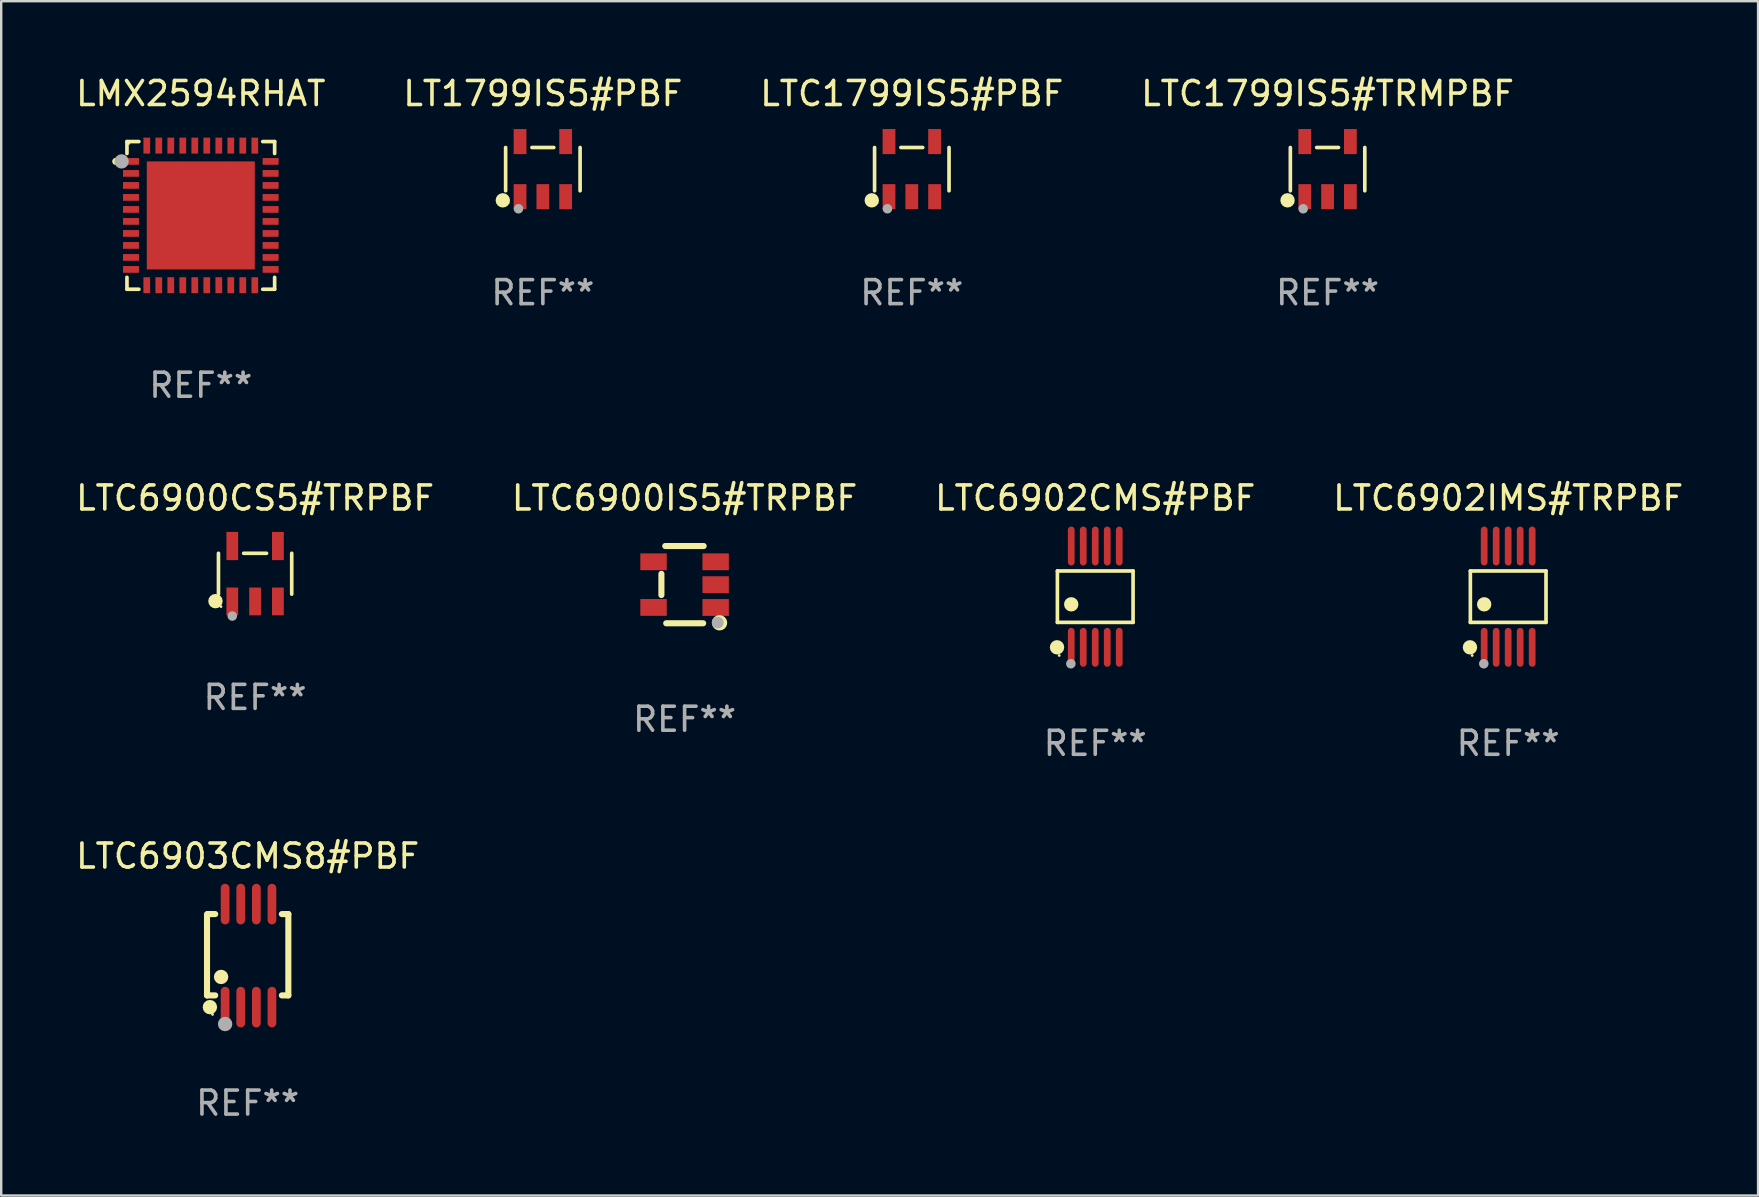
<source format=kicad_pcb>
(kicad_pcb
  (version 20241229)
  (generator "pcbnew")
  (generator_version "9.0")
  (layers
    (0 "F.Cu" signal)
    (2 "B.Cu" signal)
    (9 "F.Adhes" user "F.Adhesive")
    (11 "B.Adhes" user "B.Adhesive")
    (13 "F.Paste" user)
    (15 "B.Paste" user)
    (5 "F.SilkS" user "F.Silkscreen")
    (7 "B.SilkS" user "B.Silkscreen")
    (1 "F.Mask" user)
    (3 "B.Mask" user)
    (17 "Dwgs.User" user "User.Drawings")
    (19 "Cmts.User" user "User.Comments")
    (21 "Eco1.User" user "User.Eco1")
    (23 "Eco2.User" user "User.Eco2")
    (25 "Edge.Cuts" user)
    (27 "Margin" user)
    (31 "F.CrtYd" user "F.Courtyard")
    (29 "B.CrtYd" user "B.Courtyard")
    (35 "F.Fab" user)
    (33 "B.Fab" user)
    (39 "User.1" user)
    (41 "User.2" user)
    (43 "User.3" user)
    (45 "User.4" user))
  (footprint "LTC6902IMS#TRPBF"
    (layer "F.Cu")
    (at 59.78 21.807)
    (property "Reference" "LTC6902IMS#TRPBF" (at 0 -4.11 0) (layer "F.SilkS") (effects (font (size 1 1) (thickness 0.15))))
    (attr through_hole)
    (fp_line (start -1.576 -1.071) (end 1.576 -1.071) (stroke (width 0.152) (type solid)) (layer "F.SilkS"))
    (fp_line (start -1.576 1.071) (end -1.576 -1.071) (stroke (width 0.152) (type solid)) (layer "F.SilkS"))
    (fp_line (start 1.576 -1.071) (end 1.576 1.071) (stroke (width 0.152) (type solid)) (layer "F.SilkS"))
    (fp_line (start 1.576 1.071) (end -1.576 1.071) (stroke (width 0.152) (type solid)) (layer "F.SilkS"))
    (fp_circle (center -1.592 2.11) (end -1.442 2.11) (stroke (width 0.3) (type solid)) (fill no) (layer "F.SilkS"))
    (fp_circle (center -1.5 2.45) (end -1.47 2.45) (stroke (width 0.06) (type solid)) (fill no) (layer "F.SilkS"))
    (fp_circle (center -1 0.319) (end -0.85 0.319) (stroke (width 0.3) (type solid)) (fill no) (layer "F.SilkS"))
    (fp_circle (center -1.016 2.794) (end -0.916 2.794) (stroke (width 0.2) (type solid)) (fill no) (layer "F.Fab"))
    (fp_text user "REF**" (at 0 6.11 0) (layer "F.Fab") (effects (font (size 1 1) (thickness 0.15))))
    (pad "1" smd oval (at -1 2.11) (size 0.28 1.62) (layers "F.Cu" "F.Mask" "F.Paste"))
    (pad "2" smd oval (at -0.5 2.11) (size 0.28 1.62) (layers "F.Cu" "F.Mask" "F.Paste"))
    (pad "3" smd oval (at 0 2.11) (size 0.28 1.62) (layers "F.Cu" "F.Mask" "F.Paste"))
    (pad "4" smd oval (at 0.5 2.11) (size 0.28 1.62) (layers "F.Cu" "F.Mask" "F.Paste"))
    (pad "5" smd oval (at 1 2.11) (size 0.28 1.62) (layers "F.Cu" "F.Mask" "F.Paste"))
    (pad "6" smd oval (at 1 -2.11) (size 0.28 1.62) (layers "F.Cu" "F.Mask" "F.Paste"))
    (pad "7" smd oval (at 0.5 -2.11) (size 0.28 1.62) (layers "F.Cu" "F.Mask" "F.Paste"))
    (pad "8" smd oval (at 0 -2.11) (size 0.28 1.62) (layers "F.Cu" "F.Mask" "F.Paste"))
    (pad "9" smd oval (at -0.5 -2.11) (size 0.28 1.62) (layers "F.Cu" "F.Mask" "F.Paste"))
    (pad "10" smd oval (at -1 -2.11) (size 0.28 1.62) (layers "F.Cu" "F.Mask" "F.Paste")))
  (footprint "LTC6902CMS#PBF"
    (layer "F.Cu")
    (at 42.577 21.807)
    (property "Reference" "LTC6902CMS#PBF" (at 0 -4.11 0) (layer "F.SilkS") (effects (font (size 1 1) (thickness 0.15))))
    (attr through_hole)
    (fp_line (start -1.576 -1.071) (end 1.576 -1.071) (stroke (width 0.152) (type solid)) (layer "F.SilkS"))
    (fp_line (start -1.576 1.071) (end -1.576 -1.071) (stroke (width 0.152) (type solid)) (layer "F.SilkS"))
    (fp_line (start 1.576 -1.071) (end 1.576 1.071) (stroke (width 0.152) (type solid)) (layer "F.SilkS"))
    (fp_line (start 1.576 1.071) (end -1.576 1.071) (stroke (width 0.152) (type solid)) (layer "F.SilkS"))
    (fp_circle (center -1.592 2.11) (end -1.442 2.11) (stroke (width 0.3) (type solid)) (fill no) (layer "F.SilkS"))
    (fp_circle (center -1.5 2.45) (end -1.47 2.45) (stroke (width 0.06) (type solid)) (fill no) (layer "F.SilkS"))
    (fp_circle (center -1 0.319) (end -0.85 0.319) (stroke (width 0.3) (type solid)) (fill no) (layer "F.SilkS"))
    (fp_circle (center -1.016 2.794) (end -0.916 2.794) (stroke (width 0.2) (type solid)) (fill no) (layer "F.Fab"))
    (fp_text user "REF**" (at 0 6.11 0) (layer "F.Fab") (effects (font (size 1 1) (thickness 0.15))))
    (pad "1" smd oval (at -1 2.11) (size 0.28 1.62) (layers "F.Cu" "F.Mask" "F.Paste"))
    (pad "2" smd oval (at -0.5 2.11) (size 0.28 1.62) (layers "F.Cu" "F.Mask" "F.Paste"))
    (pad "3" smd oval (at 0 2.11) (size 0.28 1.62) (layers "F.Cu" "F.Mask" "F.Paste"))
    (pad "4" smd oval (at 0.5 2.11) (size 0.28 1.62) (layers "F.Cu" "F.Mask" "F.Paste"))
    (pad "5" smd oval (at 1 2.11) (size 0.28 1.62) (layers "F.Cu" "F.Mask" "F.Paste"))
    (pad "6" smd oval (at 1 -2.11) (size 0.28 1.62) (layers "F.Cu" "F.Mask" "F.Paste"))
    (pad "7" smd oval (at 0.5 -2.11) (size 0.28 1.62) (layers "F.Cu" "F.Mask" "F.Paste"))
    (pad "8" smd oval (at 0 -2.11) (size 0.28 1.62) (layers "F.Cu" "F.Mask" "F.Paste"))
    (pad "9" smd oval (at -0.5 -2.11) (size 0.28 1.62) (layers "F.Cu" "F.Mask" "F.Paste"))
    (pad "10" smd oval (at -1 -2.11) (size 0.28 1.62) (layers "F.Cu" "F.Mask" "F.Paste")))
  (footprint "LMX2594RHAT"
    (layer "F.Cu")
    (at 5.315 5.924)
    (property "Reference" "LMX2594RHAT" (at 0 -5.076 0) (layer "F.SilkS") (effects (font (size 1 1) (thickness 0.15))))
    (attr through_hole)
    (fp_line (start -3.076 -3.076) (end -3.076 -2.58) (stroke (width 0.152) (type solid)) (layer "F.SilkS"))
    (fp_line (start -3.076 3.076) (end -3.076 2.58) (stroke (width 0.152) (type solid)) (layer "F.SilkS"))
    (fp_line (start -2.58 -3.076) (end -3.076 -3.076) (stroke (width 0.152) (type solid)) (layer "F.SilkS"))
    (fp_line (start -2.58 3.076) (end -3.076 3.076) (stroke (width 0.152) (type solid)) (layer "F.SilkS"))
    (fp_line (start 2.58 -3.076) (end 3.076 -3.076) (stroke (width 0.152) (type solid)) (layer "F.SilkS"))
    (fp_line (start 2.58 3.076) (end 3.076 3.076) (stroke (width 0.152) (type solid)) (layer "F.SilkS"))
    (fp_line (start 3.076 -3.076) (end 3.076 -2.58) (stroke (width 0.152) (type solid)) (layer "F.SilkS"))
    (fp_line (start 3.076 3.076) (end 3.076 2.58) (stroke (width 0.152) (type solid)) (layer "F.SilkS"))
    (fp_circle (center -3.54 -2.25) (end -3.465 -2.25) (stroke (width 0.15) (type solid)) (fill no) (layer "F.SilkS"))
    (fp_circle (center -3 -3) (end -2.97 -3) (stroke (width 0.06) (type solid)) (fill no) (layer "F.SilkS"))
    (fp_circle (center -3.3 -2.25) (end -3.15 -2.25) (stroke (width 0.3) (type solid)) (fill no) (layer "F.Fab"))
    (fp_text user "REF**" (at 0 7.076 0) (layer "F.Fab") (effects (font (size 1 1) (thickness 0.15))))
    (pad "1" smd rect (at -2.908 -2.25) (size 0.665 0.28) (layers "F.Cu" "F.Mask" "F.Paste"))
    (pad "2" smd rect (at -2.908 -1.75) (size 0.665 0.28) (layers "F.Cu" "F.Mask" "F.Paste"))
    (pad "3" smd rect (at -2.908 -1.25) (size 0.665 0.28) (layers "F.Cu" "F.Mask" "F.Paste"))
    (pad "4" smd rect (at -2.908 -0.75) (size 0.665 0.28) (layers "F.Cu" "F.Mask" "F.Paste"))
    (pad "5" smd rect (at -2.908 -0.25) (size 0.665 0.28) (layers "F.Cu" "F.Mask" "F.Paste"))
    (pad "6" smd rect (at -2.908 0.25) (size 0.665 0.28) (layers "F.Cu" "F.Mask" "F.Paste"))
    (pad "7" smd rect (at -2.908 0.75) (size 0.665 0.28) (layers "F.Cu" "F.Mask" "F.Paste"))
    (pad "8" smd rect (at -2.908 1.25) (size 0.665 0.28) (layers "F.Cu" "F.Mask" "F.Paste"))
    (pad "9" smd rect (at -2.908 1.75) (size 0.665 0.28) (layers "F.Cu" "F.Mask" "F.Paste"))
    (pad "10" smd rect (at -2.908 2.25) (size 0.665 0.28) (layers "F.Cu" "F.Mask" "F.Paste"))
    (pad "11" smd rect (at -2.25 2.908) (size 0.28 0.665) (layers "F.Cu" "F.Mask" "F.Paste"))
    (pad "12" smd rect (at -1.75 2.908) (size 0.28 0.665) (layers "F.Cu" "F.Mask" "F.Paste"))
    (pad "13" smd rect (at -1.25 2.908) (size 0.28 0.665) (layers "F.Cu" "F.Mask" "F.Paste"))
    (pad "14" smd rect (at -0.75 2.908) (size 0.28 0.665) (layers "F.Cu" "F.Mask" "F.Paste"))
    (pad "15" smd rect (at -0.25 2.908) (size 0.28 0.665) (layers "F.Cu" "F.Mask" "F.Paste"))
    (pad "16" smd rect (at 0.25 2.908) (size 0.28 0.665) (layers "F.Cu" "F.Mask" "F.Paste"))
    (pad "17" smd rect (at 0.75 2.908) (size 0.28 0.665) (layers "F.Cu" "F.Mask" "F.Paste"))
    (pad "18" smd rect (at 1.25 2.908) (size 0.28 0.665) (layers "F.Cu" "F.Mask" "F.Paste"))
    (pad "19" smd rect (at 1.75 2.908) (size 0.28 0.665) (layers "F.Cu" "F.Mask" "F.Paste"))
    (pad "20" smd rect (at 2.25 2.908) (size 0.28 0.665) (layers "F.Cu" "F.Mask" "F.Paste"))
    (pad "21" smd rect (at 2.908 2.25) (size 0.665 0.28) (layers "F.Cu" "F.Mask" "F.Paste"))
    (pad "22" smd rect (at 2.908 1.75) (size 0.665 0.28) (layers "F.Cu" "F.Mask" "F.Paste"))
    (pad "23" smd rect (at 2.908 1.25) (size 0.665 0.28) (layers "F.Cu" "F.Mask" "F.Paste"))
    (pad "24" smd rect (at 2.908 0.75) (size 0.665 0.28) (layers "F.Cu" "F.Mask" "F.Paste"))
    (pad "25" smd rect (at 2.908 0.25) (size 0.665 0.28) (layers "F.Cu" "F.Mask" "F.Paste"))
    (pad "26" smd rect (at 2.908 -0.25) (size 0.665 0.28) (layers "F.Cu" "F.Mask" "F.Paste"))
    (pad "27" smd rect (at 2.908 -0.75) (size 0.665 0.28) (layers "F.Cu" "F.Mask" "F.Paste"))
    (pad "28" smd rect (at 2.908 -1.25) (size 0.665 0.28) (layers "F.Cu" "F.Mask" "F.Paste"))
    (pad "29" smd rect (at 2.908 -1.75) (size 0.665 0.28) (layers "F.Cu" "F.Mask" "F.Paste"))
    (pad "30" smd rect (at 2.908 -2.25) (size 0.665 0.28) (layers "F.Cu" "F.Mask" "F.Paste"))
    (pad "31" smd rect (at 2.25 -2.908) (size 0.28 0.665) (layers "F.Cu" "F.Mask" "F.Paste"))
    (pad "32" smd rect (at 1.75 -2.908) (size 0.28 0.665) (layers "F.Cu" "F.Mask" "F.Paste"))
    (pad "33" smd rect (at 1.25 -2.908) (size 0.28 0.665) (layers "F.Cu" "F.Mask" "F.Paste"))
    (pad "34" smd rect (at 0.75 -2.908) (size 0.28 0.665) (layers "F.Cu" "F.Mask" "F.Paste"))
    (pad "35" smd rect (at 0.25 -2.908) (size 0.28 0.665) (layers "F.Cu" "F.Mask" "F.Paste"))
    (pad "36" smd rect (at -0.25 -2.908) (size 0.28 0.665) (layers "F.Cu" "F.Mask" "F.Paste"))
    (pad "37" smd rect (at -0.75 -2.908) (size 0.28 0.665) (layers "F.Cu" "F.Mask" "F.Paste"))
    (pad "38" smd rect (at -1.25 -2.908) (size 0.28 0.665) (layers "F.Cu" "F.Mask" "F.Paste"))
    (pad "39" smd rect (at -1.75 -2.908) (size 0.28 0.665) (layers "F.Cu" "F.Mask" "F.Paste"))
    (pad "40" smd rect (at -2.25 -2.908) (size 0.28 0.665) (layers "F.Cu" "F.Mask" "F.Paste"))
    (pad "41" smd rect (at 0 0) (size 4.5 4.5) (layers "F.Cu" "F.Mask" "F.Paste")))
  (footprint "LTC1799IS5#PBF"
    (layer "F.Cu")
    (at 34.935 3.996)
    (property "Reference" "LTC1799IS5#PBF" (at 0 -3.148 0) (layer "F.SilkS") (effects (font (size 1 1) (thickness 0.15))))
    (attr through_hole)
    (fp_line (start -1.551 0.901) (end -1.551 -0.901) (stroke (width 0.152) (type solid)) (layer "F.SilkS"))
    (fp_line (start 0.455 -0.901) (end -0.455 -0.901) (stroke (width 0.152) (type solid)) (layer "F.SilkS"))
    (fp_line (start 1.551 0.901) (end 1.551 -0.901) (stroke (width 0.152) (type solid)) (layer "F.SilkS"))
    (fp_circle (center -1.668 1.3) (end -1.518 1.3) (stroke (width 0.3) (type solid)) (fill no) (layer "F.SilkS"))
    (fp_circle (center -1.45 1.4) (end -1.42 1.4) (stroke (width 0.06) (type solid)) (fill no) (layer "F.SilkS"))
    (fp_circle (center -1.016 1.651) (end -0.916 1.651) (stroke (width 0.2) (type solid)) (fill no) (layer "F.Fab"))
    (fp_text user "REF**" (at 0 5.148 0) (layer "F.Fab") (effects (font (size 1 1) (thickness 0.15))))
    (pad "1" smd rect (at -0.95 1.148) (size 0.532 1.045) (layers "F.Cu" "F.Mask" "F.Paste"))
    (pad "2" smd rect (at 0 1.148) (size 0.532 1.045) (layers "F.Cu" "F.Mask" "F.Paste"))
    (pad "3" smd rect (at 0.95 1.148) (size 0.532 1.045) (layers "F.Cu" "F.Mask" "F.Paste"))
    (pad "4" smd rect (at 0.95 -1.148) (size 0.532 1.045) (layers "F.Cu" "F.Mask" "F.Paste"))
    (pad "5" smd rect (at -0.95 -1.148) (size 0.532 1.045) (layers "F.Cu" "F.Mask" "F.Paste")))
  (footprint "LTC1799IS5#TRMPBF"
    (layer "F.Cu")
    (at 52.256 3.996)
    (property "Reference" "LTC1799IS5#TRMPBF" (at 0 -3.148 0) (layer "F.SilkS") (effects (font (size 1 1) (thickness 0.15))))
    (attr through_hole)
    (fp_line (start -1.551 0.901) (end -1.551 -0.901) (stroke (width 0.152) (type solid)) (layer "F.SilkS"))
    (fp_line (start 0.455 -0.901) (end -0.455 -0.901) (stroke (width 0.152) (type solid)) (layer "F.SilkS"))
    (fp_line (start 1.551 0.901) (end 1.551 -0.901) (stroke (width 0.152) (type solid)) (layer "F.SilkS"))
    (fp_circle (center -1.668 1.3) (end -1.518 1.3) (stroke (width 0.3) (type solid)) (fill no) (layer "F.SilkS"))
    (fp_circle (center -1.45 1.4) (end -1.42 1.4) (stroke (width 0.06) (type solid)) (fill no) (layer "F.SilkS"))
    (fp_circle (center -1.016 1.651) (end -0.916 1.651) (stroke (width 0.2) (type solid)) (fill no) (layer "F.Fab"))
    (fp_text user "REF**" (at 0 5.148 0) (layer "F.Fab") (effects (font (size 1 1) (thickness 0.15))))
    (pad "1" smd rect (at -0.95 1.148) (size 0.532 1.045) (layers "F.Cu" "F.Mask" "F.Paste"))
    (pad "2" smd rect (at 0 1.148) (size 0.532 1.045) (layers "F.Cu" "F.Mask" "F.Paste"))
    (pad "3" smd rect (at 0.95 1.148) (size 0.532 1.045) (layers "F.Cu" "F.Mask" "F.Paste"))
    (pad "4" smd rect (at 0.95 -1.148) (size 0.532 1.045) (layers "F.Cu" "F.Mask" "F.Paste"))
    (pad "5" smd rect (at -0.95 -1.148) (size 0.532 1.045) (layers "F.Cu" "F.Mask" "F.Paste")))
  (footprint "LTC6903CMS8#PBF"
    (layer "F.Cu")
    (at 7.268 36.76)
    (property "Reference" "LTC6903CMS8#PBF" (at 0 -4.146 0) (layer "F.SilkS") (effects (font (size 1 1) (thickness 0.15))))
    (attr through_hole)
    (fp_line (start -1.694 -1.724) (end -1.694 1.652) (stroke (width 0.254) (type solid)) (layer "F.SilkS"))
    (fp_line (start -1.694 1.652) (end -1.688 1.658) (stroke (width 0.254) (type solid)) (layer "F.SilkS"))
    (fp_line (start -1.688 1.658) (end -1.353 1.658) (stroke (width 0.254) (type solid)) (layer "F.SilkS"))
    (fp_line (start -1.661 -1.73) (end -1.681 -1.71) (stroke (width 0.254) (type solid)) (layer "F.SilkS"))
    (fp_line (start -1.353 -1.73) (end -1.661 -1.73) (stroke (width 0.254) (type solid)) (layer "F.SilkS"))
    (fp_line (start 1.424 1.658) (end 1.694 1.658) (stroke (width 0.254) (type solid)) (layer "F.SilkS"))
    (fp_line (start 1.694 -1.73) (end 1.424 -1.73) (stroke (width 0.254) (type solid)) (layer "F.SilkS"))
    (fp_line (start 1.694 1.658) (end 1.694 -1.73) (stroke (width 0.254) (type solid)) (layer "F.SilkS"))
    (fp_circle (center -1.574 2.146) (end -1.424 2.146) (stroke (width 0.3) (type solid)) (fill no) (layer "F.SilkS"))
    (fp_circle (center -1.464 2.45) (end -1.434 2.45) (stroke (width 0.06) (type solid)) (fill no) (layer "F.SilkS"))
    (fp_circle (center -1.107 0.889) (end -0.957 0.889) (stroke (width 0.3) (type solid)) (fill no) (layer "F.SilkS"))
    (fp_circle (center -0.94 2.85) (end -0.789 2.85) (stroke (width 0.3) (type solid)) (fill no) (layer "F.Fab"))
    (fp_text user "REF**" (at 0 6.146 0) (layer "F.Fab") (effects (font (size 1 1) (thickness 0.15))))
    (pad "1" smd oval (at -0.94 2.146) (size 0.364 1.692) (layers "F.Cu" "F.Mask" "F.Paste"))
    (pad "2" smd oval (at -0.289 2.146) (size 0.364 1.692) (layers "F.Cu" "F.Mask" "F.Paste"))
    (pad "3" smd oval (at 0.361 2.146) (size 0.364 1.692) (layers "F.Cu" "F.Mask" "F.Paste"))
    (pad "4" smd oval (at 1.011 2.146) (size 0.364 1.692) (layers "F.Cu" "F.Mask" "F.Paste"))
    (pad "5" smd oval (at 1.011 -2.146) (size 0.364 1.692) (layers "F.Cu" "F.Mask" "F.Paste"))
    (pad "6" smd oval (at 0.361 -2.146) (size 0.364 1.692) (layers "F.Cu" "F.Mask" "F.Paste"))
    (pad "7" smd oval (at -0.289 -2.146) (size 0.364 1.692) (layers "F.Cu" "F.Mask" "F.Paste"))
    (pad "8" smd oval (at -0.94 -2.146) (size 0.364 1.692) (layers "F.Cu" "F.Mask" "F.Paste")))
  (footprint "LTC6900IS5#TRPBF"
    (layer "F.Cu")
    (at 25.47 21.306)
    (property "Reference" "LTC6900IS5#TRPBF" (at 0 -3.609 0) (layer "F.SilkS") (effects (font (size 1 1) (thickness 0.15))))
    (attr through_hole)
    (fp_line (start -0.966 0.433) (end -0.966 -0.451) (stroke (width 0.254) (type solid)) (layer "F.SilkS"))
    (fp_line (start -0.806 -1.609) (end 0.794 -1.609) (stroke (width 0.254) (type solid)) (layer "F.SilkS"))
    (fp_line (start -0.766 1.609) (end 0.774 1.609) (stroke (width 0.254) (type solid)) (layer "F.SilkS"))
    (fp_circle (center 1.4 1.45) (end 1.43 1.45) (stroke (width 0.06) (type solid)) (fill no) (layer "F.SilkS"))
    (fp_circle (center 1.456 1.589) (end 1.52 1.589) (stroke (width 0.254) (type solid)) (fill no) (layer "F.SilkS"))
    (fp_circle (center 1.38 1.58) (end 1.505 1.58) (stroke (width 0.25) (type solid)) (fill no) (layer "F.Fab"))
    (fp_text user "REF**" (at 0 5.609 0) (layer "F.Fab") (effects (font (size 1 1) (thickness 0.15))))
    (pad "1" smd rect (at 1.294 0.951) (size 1.1 0.7) (layers "F.Cu" "F.Mask" "F.Paste"))
    (pad "2" smd rect (at 1.294 0.001) (size 1.1 0.7) (layers "F.Cu" "F.Mask" "F.Paste"))
    (pad "3" smd rect (at 1.294 -0.951) (size 1.1 0.7) (layers "F.Cu" "F.Mask" "F.Paste"))
    (pad "4" smd rect (at -1.294 -0.951 180) (size 1.1 0.7) (layers "F.Cu" "F.Mask" "F.Paste"))
    (pad "5" smd rect (at -1.294 0.949 180) (size 1.1 0.7) (layers "F.Cu" "F.Mask" "F.Paste")))
  (footprint "LT1799IS5#PBF"
    (layer "F.Cu")
    (at 19.565 3.996)
    (property "Reference" "LT1799IS5#PBF" (at 0 -3.148 0) (layer "F.SilkS") (effects (font (size 1 1) (thickness 0.15))))
    (attr through_hole)
    (fp_line (start -1.551 0.901) (end -1.551 -0.901) (stroke (width 0.152) (type solid)) (layer "F.SilkS"))
    (fp_line (start 0.455 -0.901) (end -0.455 -0.901) (stroke (width 0.152) (type solid)) (layer "F.SilkS"))
    (fp_line (start 1.551 0.901) (end 1.551 -0.901) (stroke (width 0.152) (type solid)) (layer "F.SilkS"))
    (fp_circle (center -1.668 1.3) (end -1.518 1.3) (stroke (width 0.3) (type solid)) (fill no) (layer "F.SilkS"))
    (fp_circle (center -1.45 1.4) (end -1.42 1.4) (stroke (width 0.06) (type solid)) (fill no) (layer "F.SilkS"))
    (fp_circle (center -1.016 1.651) (end -0.916 1.651) (stroke (width 0.2) (type solid)) (fill no) (layer "F.Fab"))
    (fp_text user "REF**" (at 0 5.148 0) (layer "F.Fab") (effects (font (size 1 1) (thickness 0.15))))
    (pad "1" smd rect (at -0.95 1.148) (size 0.532 1.045) (layers "F.Cu" "F.Mask" "F.Paste"))
    (pad "2" smd rect (at 0 1.148) (size 0.532 1.045) (layers "F.Cu" "F.Mask" "F.Paste"))
    (pad "3" smd rect (at 0.95 1.148) (size 0.532 1.045) (layers "F.Cu" "F.Mask" "F.Paste"))
    (pad "4" smd rect (at 0.95 -1.148) (size 0.532 1.045) (layers "F.Cu" "F.Mask" "F.Paste"))
    (pad "5" smd rect (at -0.95 -1.148) (size 0.532 1.045) (layers "F.Cu" "F.Mask" "F.Paste")))
  (footprint "LTC6900CS5#TRPBF"
    (layer "F.Cu")
    (at 7.577 20.851)
    (property "Reference" "LTC6900CS5#TRPBF" (at 0 -3.154 0) (layer "F.SilkS") (effects (font (size 1 1) (thickness 0.15))))
    (attr through_hole)
    (fp_line (start -1.526 0.851) (end -1.526 -0.851) (stroke (width 0.152) (type solid)) (layer "F.SilkS"))
    (fp_line (start 0.476 -0.851) (end -0.476 -0.851) (stroke (width 0.152) (type solid)) (layer "F.SilkS"))
    (fp_line (start 1.526 0.851) (end 1.526 -0.851) (stroke (width 0.152) (type solid)) (layer "F.SilkS"))
    (fp_circle (center -1.651 1.143) (end -1.501 1.143) (stroke (width 0.3) (type solid)) (fill no) (layer "F.SilkS"))
    (fp_circle (center -1.42 1.37) (end -1.39 1.37) (stroke (width 0.06) (type solid)) (fill no) (layer "F.SilkS"))
    (fp_circle (center -0.95 1.763) (end -0.85 1.763) (stroke (width 0.2) (type solid)) (fill no) (layer "F.Fab"))
    (fp_text user "REF**" (at 0 5.154 0) (layer "F.Fab") (effects (font (size 1 1) (thickness 0.15))))
    (pad "1" smd rect (at -0.95 1.154) (size 0.49 1.157) (layers "F.Cu" "F.Mask" "F.Paste"))
    (pad "2" smd rect (at 0 1.154) (size 0.49 1.157) (layers "F.Cu" "F.Mask" "F.Paste"))
    (pad "3" smd rect (at 0.95 1.154) (size 0.49 1.157) (layers "F.Cu" "F.Mask" "F.Paste"))
    (pad "4" smd rect (at 0.95 -1.154) (size 0.49 1.175) (layers "F.Cu" "F.Mask" "F.Paste"))
    (pad "5" smd rect (at -0.95 -1.154) (size 0.49 1.175) (layers "F.Cu" "F.Mask" "F.Paste")))
  (gr_rect
    (start -3 -3)
    (end 70.19 46.754)
    (stroke (width 0.1) (type default))
    (fill no)
    (layer "Edge.Cuts")))
</source>
